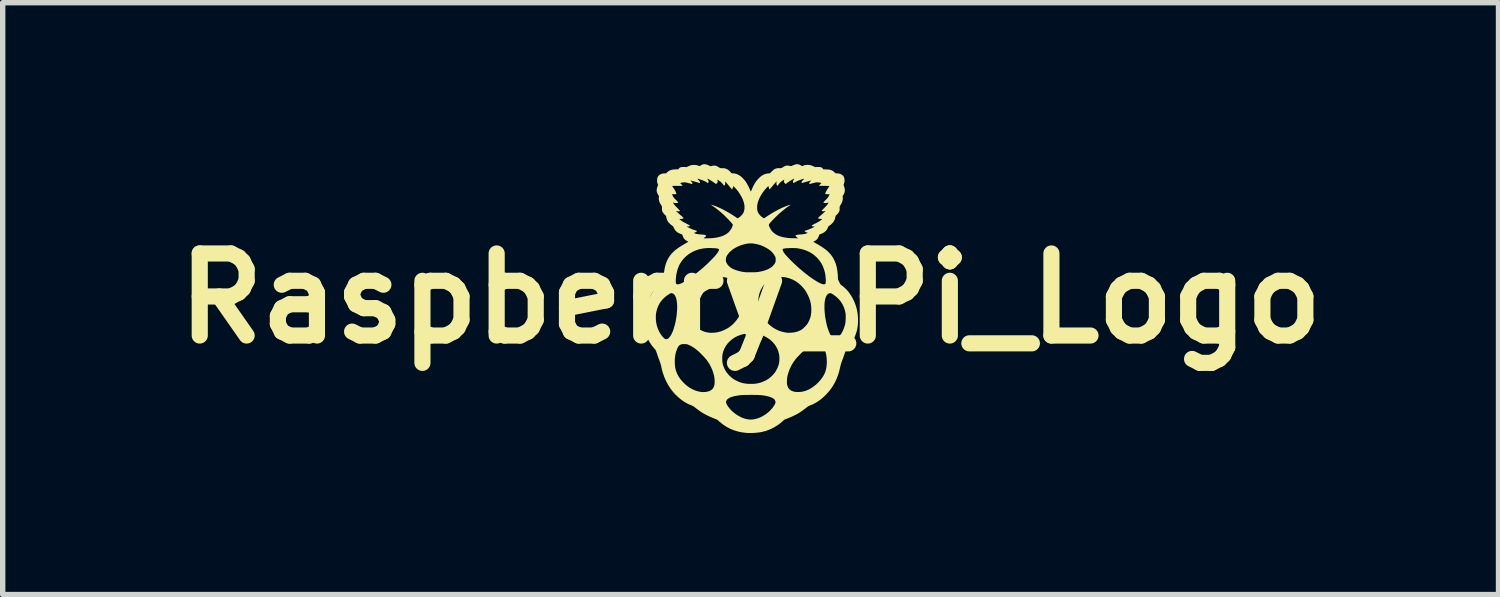
<source format=kicad_pcb>
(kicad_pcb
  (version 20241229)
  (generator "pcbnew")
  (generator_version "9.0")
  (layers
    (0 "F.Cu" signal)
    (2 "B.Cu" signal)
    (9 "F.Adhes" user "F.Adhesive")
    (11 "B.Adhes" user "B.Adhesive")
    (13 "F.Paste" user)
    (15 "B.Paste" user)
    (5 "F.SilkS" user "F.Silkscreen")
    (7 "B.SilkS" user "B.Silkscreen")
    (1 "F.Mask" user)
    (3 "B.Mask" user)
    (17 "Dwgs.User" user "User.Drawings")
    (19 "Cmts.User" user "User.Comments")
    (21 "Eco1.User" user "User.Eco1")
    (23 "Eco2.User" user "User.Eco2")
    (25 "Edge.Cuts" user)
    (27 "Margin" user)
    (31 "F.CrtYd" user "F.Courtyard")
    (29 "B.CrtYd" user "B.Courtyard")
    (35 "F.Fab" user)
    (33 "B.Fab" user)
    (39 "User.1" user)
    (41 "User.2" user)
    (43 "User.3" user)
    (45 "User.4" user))
  (footprint "Raspberry_Pi_Logo"
    (layer "F.Cu")
    (at 10.893 2.493)
    (property "Reference" "Raspberry_Pi_Logo" (at 0 0 0) (layer "F.SilkS") (effects (font (size 1.524 1.524) (thickness 0.3))))
    (attr board_only exclude_from_pos_files exclude_from_bom)
    (fp_poly (pts (xy 0.885 -2.491) (xy 0.905 -2.485) (xy 0.928 -2.474) (xy 0.931 -2.471) (xy 0.944 -2.464) (xy 0.953 -2.46) (xy 0.959 -2.458) (xy 0.965 -2.46) (xy 0.968 -2.461) (xy 0.992 -2.47) (xy 1.012 -2.476) (xy 1.031 -2.479) (xy 1.051 -2.48) (xy 1.06 -2.481) (xy 1.093 -2.478) (xy 1.123 -2.472) (xy 1.154 -2.46) (xy 1.174 -2.45) (xy 1.188 -2.443) (xy 1.198 -2.439) (xy 1.206 -2.438) (xy 1.214 -2.439) (xy 1.217 -2.439) (xy 1.229 -2.441) (xy 1.245 -2.441) (xy 1.263 -2.442) (xy 1.268 -2.441) (xy 1.293 -2.439) (xy 1.312 -2.435) (xy 1.326 -2.427) (xy 1.338 -2.415) (xy 1.341 -2.412) (xy 1.35 -2.398) (xy 1.407 -2.396) (xy 1.442 -2.394) (xy 1.472 -2.39) (xy 1.497 -2.383) (xy 1.518 -2.373) (xy 1.538 -2.36) (xy 1.555 -2.345) (xy 1.577 -2.323) (xy 1.614 -2.322) (xy 1.633 -2.32) (xy 1.648 -2.318) (xy 1.66 -2.315) (xy 1.673 -2.309) (xy 1.675 -2.308) (xy 1.701 -2.293) (xy 1.721 -2.275) (xy 1.734 -2.253) (xy 1.742 -2.226) (xy 1.745 -2.2) (xy 1.745 -2.182) (xy 1.744 -2.167) (xy 1.741 -2.153) (xy 1.736 -2.137) (xy 1.727 -2.108) (xy 1.739 -2.072) (xy 1.748 -2.037) (xy 1.751 -2.005) (xy 1.747 -1.975) (xy 1.737 -1.945) (xy 1.721 -1.917) (xy 1.714 -1.907) (xy 1.71 -1.899) (xy 1.71 -1.891) (xy 1.711 -1.879) (xy 1.712 -1.875) (xy 1.713 -1.848) (xy 1.708 -1.818) (xy 1.698 -1.786) (xy 1.682 -1.753) (xy 1.666 -1.727) (xy 1.661 -1.719) (xy 1.657 -1.712) (xy 1.655 -1.704) (xy 1.654 -1.694) (xy 1.654 -1.678) (xy 1.654 -1.671) (xy 1.654 -1.652) (xy 1.653 -1.639) (xy 1.651 -1.629) (xy 1.648 -1.619) (xy 1.642 -1.608) (xy 1.642 -1.607) (xy 1.628 -1.584) (xy 1.608 -1.561) (xy 1.603 -1.557) (xy 1.591 -1.545) (xy 1.583 -1.536) (xy 1.579 -1.529) (xy 1.576 -1.521) (xy 1.574 -1.51) (xy 1.573 -1.504) (xy 1.565 -1.47) (xy 1.549 -1.437) (xy 1.527 -1.406) (xy 1.499 -1.378) (xy 1.468 -1.354) (xy 1.456 -1.346) (xy 1.447 -1.339) (xy 1.442 -1.334) (xy 1.442 -1.333) (xy 1.441 -1.328) (xy 1.437 -1.318) (xy 1.431 -1.305) (xy 1.429 -1.302) (xy 1.414 -1.274) (xy 1.394 -1.25) (xy 1.37 -1.23) (xy 1.34 -1.212) (xy 1.31 -1.199) (xy 1.276 -1.185) (xy 1.27 -1.165) (xy 1.256 -1.131) (xy 1.238 -1.103) (xy 1.215 -1.081) (xy 1.188 -1.064) (xy 1.185 -1.063) (xy 1.174 -1.058) (xy 1.167 -1.054) (xy 1.165 -1.052) (xy 1.168 -1.05) (xy 1.177 -1.044) (xy 1.189 -1.037) (xy 1.205 -1.028) (xy 1.211 -1.024) (xy 1.26 -0.996) (xy 1.303 -0.97) (xy 1.34 -0.946) (xy 1.373 -0.923) (xy 1.403 -0.9) (xy 1.429 -0.878) (xy 1.453 -0.854) (xy 1.453 -0.854) (xy 1.493 -0.81) (xy 1.527 -0.762) (xy 1.555 -0.709) (xy 1.579 -0.652) (xy 1.597 -0.591) (xy 1.61 -0.524) (xy 1.618 -0.452) (xy 1.621 -0.41) (xy 1.623 -0.354) (xy 1.646 -0.305) (xy 1.655 -0.286) (xy 1.662 -0.272) (xy 1.668 -0.263) (xy 1.674 -0.256) (xy 1.68 -0.25) (xy 1.689 -0.244) (xy 1.694 -0.24) (xy 1.713 -0.227) (xy 1.734 -0.209) (xy 1.756 -0.188) (xy 1.779 -0.167) (xy 1.799 -0.145) (xy 1.814 -0.128) (xy 1.853 -0.073) (xy 1.89 -0.013) (xy 1.922 0.052) (xy 1.949 0.12) (xy 1.965 0.17) (xy 1.977 0.219) (xy 1.986 0.268) (xy 1.992 0.317) (xy 1.995 0.372) (xy 1.995 0.38) (xy 1.996 0.435) (xy 1.993 0.484) (xy 1.988 0.53) (xy 1.98 0.574) (xy 1.968 0.62) (xy 1.957 0.654) (xy 1.936 0.712) (xy 1.91 0.767) (xy 1.88 0.819) (xy 1.845 0.87) (xy 1.803 0.922) (xy 1.796 0.93) (xy 1.784 0.944) (xy 1.776 0.954) (xy 1.77 0.964) (xy 1.765 0.975) (xy 1.759 0.989) (xy 1.753 1.008) (xy 1.752 1.01) (xy 1.746 1.029) (xy 1.738 1.052) (xy 1.729 1.079) (xy 1.719 1.107) (xy 1.709 1.133) (xy 1.707 1.137) (xy 1.694 1.172) (xy 1.684 1.202) (xy 1.676 1.228) (xy 1.669 1.254) (xy 1.666 1.268) (xy 1.646 1.352) (xy 1.622 1.431) (xy 1.593 1.504) (xy 1.559 1.574) (xy 1.52 1.64) (xy 1.503 1.665) (xy 1.462 1.719) (xy 1.418 1.77) (xy 1.37 1.818) (xy 1.32 1.863) (xy 1.267 1.902) (xy 1.215 1.936) (xy 1.162 1.965) (xy 1.109 1.986) (xy 1.107 1.987) (xy 1.089 1.995) (xy 1.071 2.004) (xy 1.058 2.012) (xy 1.023 2.04) (xy 0.992 2.063) (xy 0.965 2.083) (xy 0.941 2.1) (xy 0.92 2.114) (xy 0.899 2.127) (xy 0.878 2.14) (xy 0.857 2.152) (xy 0.833 2.164) (xy 0.82 2.17) (xy 0.803 2.179) (xy 0.782 2.189) (xy 0.76 2.199) (xy 0.736 2.209) (xy 0.712 2.219) (xy 0.69 2.228) (xy 0.67 2.236) (xy 0.654 2.242) (xy 0.643 2.246) (xy 0.637 2.247) (xy 0.632 2.25) (xy 0.624 2.256) (xy 0.613 2.265) (xy 0.611 2.267) (xy 0.553 2.318) (xy 0.49 2.363) (xy 0.424 2.402) (xy 0.356 2.435) (xy 0.286 2.461) (xy 0.217 2.479) (xy 0.174 2.487) (xy 0.126 2.493) (xy 0.075 2.498) (xy 0.025 2.5) (xy -0.024 2.501) (xy -0.069 2.499) (xy -0.081 2.498) (xy -0.162 2.488) (xy -0.239 2.472) (xy -0.312 2.449) (xy -0.382 2.42) (xy -0.449 2.385) (xy -0.513 2.342) (xy -0.575 2.293) (xy -0.602 2.269) (xy -0.613 2.259) (xy -0.623 2.252) (xy -0.629 2.248) (xy -0.63 2.247) (xy -0.636 2.246) (xy -0.648 2.242) (xy -0.665 2.236) (xy -0.685 2.227) (xy -0.707 2.218) (xy -0.73 2.208) (xy -0.754 2.198) (xy -0.776 2.188) (xy -0.797 2.178) (xy -0.813 2.17) (xy -0.838 2.157) (xy -0.861 2.145) (xy -0.883 2.133) (xy -0.904 2.119) (xy -0.926 2.105) (xy -0.95 2.088) (xy -0.976 2.069) (xy -1.006 2.047) (xy -1.04 2.02) (xy -1.051 2.012) (xy -1.065 2.003) (xy -1.083 1.994) (xy -1.099 1.987) (xy -1.148 1.967) (xy -1.199 1.941) (xy -1.214 1.931) (xy -0.456 1.931) (xy -0.452 1.948) (xy -0.443 1.968) (xy -0.419 2.008) (xy -0.388 2.048) (xy -0.352 2.087) (xy -0.312 2.122) (xy -0.268 2.155) (xy -0.221 2.184) (xy -0.174 2.209) (xy -0.126 2.228) (xy -0.079 2.241) (xy -0.064 2.244) (xy -0.049 2.246) (xy -0.037 2.248) (xy -0.03 2.249) (xy -0.03 2.249) (xy -0.019 2.25) (xy -0.002 2.251) (xy 0.016 2.25) (xy 0.035 2.249) (xy 0.051 2.247) (xy 0.107 2.236) (xy 0.163 2.217) (xy 0.218 2.191) (xy 0.272 2.158) (xy 0.297 2.14) (xy 0.326 2.117) (xy 0.355 2.091) (xy 0.381 2.063) (xy 0.406 2.035) (xy 0.426 2.007) (xy 0.443 1.981) (xy 0.456 1.957) (xy 0.462 1.936) (xy 0.463 1.933) (xy 0.462 1.917) (xy 0.456 1.899) (xy 0.446 1.881) (xy 0.433 1.867) (xy 0.432 1.867) (xy 0.407 1.85) (xy 0.375 1.836) (xy 0.337 1.823) (xy 0.292 1.812) (xy 0.24 1.803) (xy 0.191 1.797) (xy 0.17 1.796) (xy 0.143 1.794) (xy 0.109 1.793) (xy 0.068 1.793) (xy 0.022 1.792) (xy 0.004 1.792) (xy -0.044 1.793) (xy -0.087 1.793) (xy -0.123 1.794) (xy -0.154 1.795) (xy -0.177 1.797) (xy -0.184 1.797) (xy -0.241 1.805) (xy -0.292 1.814) (xy -0.336 1.825) (xy -0.372 1.837) (xy -0.402 1.852) (xy -0.425 1.868) (xy -0.442 1.886) (xy -0.449 1.898) (xy -0.455 1.915) (xy -0.456 1.931) (xy -1.214 1.931) (xy -1.25 1.909) (xy -1.3 1.872) (xy -1.349 1.831) (xy -1.396 1.786) (xy -1.439 1.739) (xy -1.443 1.734) (xy -1.49 1.673) (xy -1.532 1.607) (xy -1.57 1.536) (xy -1.603 1.461) (xy -1.63 1.383) (xy -1.652 1.304) (xy -1.661 1.257) (xy -1.665 1.241) (xy -1.671 1.22) (xy -1.678 1.197) (xy -1.686 1.176) (xy -1.409 1.176) (xy -1.406 1.238) (xy -1.399 1.295) (xy -1.385 1.349) (xy -1.365 1.399) (xy -1.339 1.448) (xy -1.307 1.496) (xy -1.267 1.543) (xy -1.255 1.556) (xy -1.239 1.572) (xy -1.221 1.589) (xy -1.205 1.604) (xy -1.192 1.616) (xy -1.189 1.618) (xy -1.139 1.655) (xy -1.085 1.686) (xy -1.029 1.711) (xy -0.972 1.728) (xy -0.915 1.739) (xy -0.908 1.739) (xy -0.89 1.74) (xy -0.866 1.739) (xy -0.841 1.738) (xy -0.817 1.735) (xy -0.797 1.731) (xy -0.795 1.73) (xy -0.76 1.719) (xy -0.732 1.703) (xy -0.709 1.684) (xy -0.691 1.659) (xy -0.678 1.63) (xy -0.67 1.595) (xy -0.667 1.554) (xy -0.667 1.543) (xy -0.67 1.49) (xy -0.679 1.434) (xy -0.695 1.377) (xy -0.715 1.32) (xy -0.741 1.264) (xy -0.77 1.21) (xy -0.805 1.159) (xy -0.823 1.135) (xy -0.837 1.119) (xy -0.846 1.108) (xy -0.527 1.108) (xy -0.526 1.141) (xy -0.525 1.172) (xy -0.521 1.2) (xy -0.518 1.219) (xy -0.5 1.274) (xy -0.476 1.326) (xy -0.445 1.375) (xy -0.409 1.419) (xy -0.367 1.46) (xy -0.321 1.496) (xy -0.269 1.526) (xy -0.213 1.552) (xy -0.189 1.56) (xy -0.155 1.571) (xy -0.122 1.578) (xy -0.088 1.583) (xy -0.051 1.587) (xy -0.009 1.588) (xy 0.001 1.588) (xy 0.031 1.588) (xy 0.057 1.587) (xy 0.078 1.586) (xy 0.099 1.583) (xy 0.114 1.581) (xy 0.176 1.567) (xy 0.218 1.552) (xy 0.675 1.552) (xy 0.675 1.572) (xy 0.676 1.587) (xy 0.678 1.601) (xy 0.68 1.608) (xy 0.688 1.635) (xy 0.7 1.66) (xy 0.713 1.68) (xy 0.723 1.691) (xy 0.749 1.71) (xy 0.78 1.724) (xy 0.816 1.734) (xy 0.856 1.739) (xy 0.899 1.739) (xy 0.944 1.735) (xy 0.964 1.732) (xy 1.016 1.719) (xy 1.068 1.698) (xy 1.12 1.671) (xy 1.17 1.637) (xy 1.219 1.598) (xy 1.259 1.559) (xy 1.3 1.513) (xy 1.334 1.468) (xy 1.362 1.422) (xy 1.384 1.375) (xy 1.399 1.325) (xy 1.41 1.272) (xy 1.415 1.215) (xy 1.416 1.174) (xy 1.413 1.107) (xy 1.404 1.043) (xy 1.389 0.983) (xy 1.373 0.941) (xy 1.362 0.916) (xy 1.352 0.897) (xy 1.341 0.882) (xy 1.33 0.872) (xy 1.317 0.863) (xy 1.315 0.862) (xy 1.286 0.85) (xy 1.253 0.846) (xy 1.218 0.847) (xy 1.18 0.856) (xy 1.14 0.871) (xy 1.098 0.893) (xy 1.054 0.921) (xy 1.008 0.956) (xy 0.993 0.968) (xy 0.977 0.982) (xy 0.957 1.001) (xy 0.935 1.023) (xy 0.912 1.046) (xy 0.889 1.07) (xy 0.868 1.092) (xy 0.849 1.113) (xy 0.835 1.129) (xy 0.835 1.13) (xy 0.793 1.187) (xy 0.756 1.25) (xy 0.725 1.316) (xy 0.7 1.386) (xy 0.69 1.42) (xy 0.685 1.442) (xy 0.681 1.461) (xy 0.678 1.479) (xy 0.677 1.498) (xy 0.675 1.522) (xy 0.675 1.526) (xy 0.675 1.552) (xy 0.218 1.552) (xy 0.234 1.546) (xy 0.289 1.52) (xy 0.34 1.488) (xy 0.386 1.45) (xy 0.427 1.407) (xy 0.454 1.374) (xy 0.471 1.346) (xy 0.488 1.315) (xy 0.504 1.281) (xy 0.516 1.248) (xy 0.523 1.227) (xy 0.53 1.193) (xy 0.534 1.156) (xy 0.535 1.116) (xy 0.534 1.078) (xy 0.53 1.045) (xy 0.517 0.99) (xy 0.497 0.938) (xy 0.471 0.889) (xy 0.439 0.844) (xy 0.402 0.803) (xy 0.36 0.765) (xy 0.313 0.733) (xy 0.262 0.705) (xy 0.208 0.682) (xy 0.15 0.665) (xy 0.089 0.654) (xy 0.026 0.648) (xy 0.004 0.648) (xy -0.06 0.651) (xy -0.122 0.661) (xy -0.181 0.676) (xy -0.237 0.697) (xy -0.29 0.723) (xy -0.338 0.755) (xy -0.382 0.791) (xy -0.421 0.831) (xy -0.455 0.876) (xy -0.483 0.924) (xy -0.505 0.976) (xy -0.519 1.024) (xy -0.523 1.048) (xy -0.526 1.076) (xy -0.527 1.108) (xy -0.846 1.108) (xy -0.855 1.099) (xy -0.875 1.076) (xy -0.898 1.053) (xy -0.921 1.029) (xy -0.943 1.007) (xy -0.963 0.988) (xy -0.981 0.972) (xy -0.989 0.965) (xy -1.03 0.933) (xy -1.072 0.904) (xy -1.113 0.881) (xy -1.151 0.863) (xy -1.167 0.857) (xy -1.181 0.853) (xy -1.194 0.85) (xy -1.209 0.849) (xy -1.228 0.848) (xy -1.236 0.848) (xy -1.255 0.849) (xy -1.269 0.849) (xy -1.279 0.851) (xy -1.288 0.853) (xy -1.298 0.858) (xy -1.304 0.861) (xy -1.318 0.868) (xy -1.329 0.878) (xy -1.339 0.889) (xy -1.349 0.905) (xy -1.359 0.926) (xy -1.365 0.939) (xy -1.384 0.991) (xy -1.398 1.047) (xy -1.406 1.107) (xy -1.409 1.172) (xy -1.409 1.176) (xy -1.686 1.176) (xy -1.686 1.175) (xy -1.688 1.169) (xy -1.696 1.147) (xy -1.706 1.121) (xy -1.716 1.093) (xy -1.726 1.064) (xy -1.735 1.038) (xy -1.744 1.012) (xy -1.751 0.993) (xy -1.757 0.978) (xy -1.761 0.967) (xy -1.766 0.959) (xy -1.771 0.951) (xy -1.777 0.944) (xy -1.784 0.936) (xy -1.828 0.884) (xy -1.868 0.826) (xy -1.904 0.765) (xy -1.933 0.702) (xy -1.938 0.689) (xy -1.96 0.624) (xy -1.976 0.555) (xy -1.986 0.484) (xy -1.989 0.41) (xy -1.986 0.338) (xy -1.76 0.338) (xy -1.76 0.376) (xy -1.758 0.413) (xy -1.754 0.447) (xy -1.753 0.454) (xy -1.74 0.511) (xy -1.722 0.565) (xy -1.699 0.616) (xy -1.671 0.664) (xy -1.64 0.706) (xy -1.613 0.733) (xy -1.602 0.744) (xy -1.593 0.751) (xy -1.586 0.755) (xy -1.579 0.756) (xy -1.57 0.757) (xy -1.556 0.756) (xy -1.544 0.753) (xy -1.54 0.751) (xy -1.532 0.746) (xy -1.522 0.737) (xy -1.511 0.726) (xy -1.509 0.724) (xy -1.49 0.699) (xy -1.471 0.667) (xy -1.453 0.63) (xy -1.436 0.587) (xy -1.421 0.54) (xy -1.407 0.489) (xy -1.394 0.436) (xy -1.384 0.38) (xy -1.375 0.322) (xy -1.369 0.264) (xy -1.367 0.236) (xy -1.122 0.236) (xy -1.115 0.296) (xy -1.107 0.334) (xy -1.09 0.389) (xy -1.068 0.439) (xy -1.04 0.484) (xy -1.008 0.524) (xy -0.971 0.558) (xy -0.93 0.587) (xy -0.884 0.609) (xy -0.856 0.619) (xy -0.841 0.624) (xy -0.826 0.627) (xy -0.809 0.631) (xy -0.788 0.634) (xy -0.761 0.638) (xy -0.759 0.638) (xy -0.744 0.639) (xy -0.725 0.639) (xy -0.701 0.638) (xy -0.677 0.637) (xy -0.652 0.634) (xy -0.631 0.631) (xy -0.617 0.629) (xy -0.554 0.613) (xy -0.495 0.59) (xy -0.438 0.561) (xy -0.404 0.54) (xy -0.353 0.502) (xy -0.306 0.457) (xy -0.264 0.408) (xy -0.227 0.355) (xy -0.195 0.299) (xy -0.169 0.24) (xy -0.15 0.179) (xy -0.145 0.16) (xy -0.141 0.134) (xy -0.138 0.103) (xy -0.137 0.07) (xy -0.137 0.058) (xy 0.143 0.058) (xy 0.147 0.118) (xy 0.157 0.177) (xy 0.175 0.235) (xy 0.199 0.292) (xy 0.201 0.298) (xy 0.235 0.357) (xy 0.274 0.412) (xy 0.318 0.461) (xy 0.366 0.505) (xy 0.418 0.544) (xy 0.473 0.576) (xy 0.532 0.603) (xy 0.594 0.622) (xy 0.657 0.635) (xy 0.669 0.636) (xy 0.698 0.639) (xy 0.732 0.638) (xy 0.768 0.636) (xy 0.802 0.632) (xy 0.822 0.629) (xy 0.871 0.616) (xy 0.917 0.597) (xy 0.94 0.585) (xy 0.955 0.575) (xy 0.973 0.561) (xy 0.992 0.543) (xy 1.011 0.524) (xy 1.029 0.505) (xy 1.044 0.488) (xy 1.054 0.475) (xy 1.082 0.426) (xy 1.103 0.375) (xy 1.118 0.322) (xy 1.126 0.266) (xy 1.128 0.21) (xy 1.127 0.182) (xy 1.372 0.182) (xy 1.372 0.197) (xy 1.376 0.254) (xy 1.381 0.312) (xy 1.39 0.37) (xy 1.4 0.426) (xy 1.412 0.48) (xy 1.425 0.531) (xy 1.441 0.579) (xy 1.457 0.622) (xy 1.475 0.661) (xy 1.493 0.693) (xy 1.512 0.719) (xy 1.515 0.722) (xy 1.53 0.737) (xy 1.543 0.748) (xy 1.555 0.754) (xy 1.568 0.756) (xy 1.576 0.757) (xy 1.586 0.756) (xy 1.593 0.755) (xy 1.6 0.751) (xy 1.609 0.745) (xy 1.621 0.734) (xy 1.621 0.733) (xy 1.656 0.695) (xy 1.687 0.651) (xy 1.714 0.602) (xy 1.736 0.548) (xy 1.753 0.491) (xy 1.757 0.475) (xy 1.761 0.452) (xy 1.764 0.424) (xy 1.766 0.392) (xy 1.767 0.36) (xy 1.767 0.329) (xy 1.766 0.302) (xy 1.765 0.284) (xy 1.752 0.223) (xy 1.733 0.165) (xy 1.708 0.111) (xy 1.676 0.06) (xy 1.638 0.014) (xy 1.594 -0.028) (xy 1.545 -0.065) (xy 1.518 -0.082) (xy 1.504 -0.09) (xy 1.494 -0.095) (xy 1.485 -0.097) (xy 1.476 -0.097) (xy 1.472 -0.097) (xy 1.451 -0.091) (xy 1.432 -0.078) (xy 1.415 -0.059) (xy 1.401 -0.033) (xy 1.39 -0.002) (xy 1.381 0.036) (xy 1.375 0.079) (xy 1.372 0.128) (xy 1.372 0.182) (xy 1.127 0.182) (xy 1.126 0.151) (xy 1.118 0.095) (xy 1.105 0.04) (xy 1.085 -0.015) (xy 1.063 -0.064) (xy 1.041 -0.106) (xy 1.018 -0.144) (xy 0.993 -0.178) (xy 0.963 -0.212) (xy 0.944 -0.232) (xy 0.896 -0.277) (xy 0.846 -0.313) (xy 0.793 -0.344) (xy 0.738 -0.367) (xy 0.68 -0.385) (xy 0.655 -0.39) (xy 0.619 -0.395) (xy 0.58 -0.397) (xy 0.539 -0.396) (xy 0.5 -0.393) (xy 0.465 -0.387) (xy 0.456 -0.385) (xy 0.41 -0.369) (xy 0.364 -0.348) (xy 0.328 -0.326) (xy 0.308 -0.311) (xy 0.286 -0.291) (xy 0.264 -0.269) (xy 0.244 -0.247) (xy 0.228 -0.226) (xy 0.223 -0.219) (xy 0.194 -0.168) (xy 0.171 -0.115) (xy 0.155 -0.059) (xy 0.146 -0.001) (xy 0.143 0.058) (xy -0.137 0.058) (xy -0.137 0.036) (xy -0.138 0.004) (xy -0.141 -0.024) (xy -0.144 -0.041) (xy -0.158 -0.097) (xy -0.177 -0.147) (xy -0.2 -0.193) (xy -0.228 -0.236) (xy -0.262 -0.275) (xy -0.303 -0.312) (xy -0.347 -0.343) (xy -0.395 -0.367) (xy -0.447 -0.384) (xy -0.449 -0.385) (xy -0.48 -0.391) (xy -0.516 -0.395) (xy -0.555 -0.397) (xy -0.593 -0.396) (xy -0.628 -0.393) (xy -0.637 -0.391) (xy -0.697 -0.378) (xy -0.755 -0.357) (xy -0.81 -0.33) (xy -0.863 -0.296) (xy -0.912 -0.257) (xy -0.957 -0.212) (xy -0.997 -0.162) (xy -1.033 -0.108) (xy -1.051 -0.073) (xy -1.079 -0.012) (xy -1.099 0.05) (xy -1.114 0.113) (xy -1.121 0.175) (xy -1.122 0.236) (xy -1.367 0.236) (xy -1.365 0.206) (xy -1.365 0.197) (xy -1.364 0.141) (xy -1.367 0.091) (xy -1.372 0.047) (xy -1.38 0.007) (xy -1.391 -0.026) (xy -1.404 -0.053) (xy -1.42 -0.074) (xy -1.438 -0.088) (xy -1.459 -0.096) (xy -1.464 -0.097) (xy -1.474 -0.097) (xy -1.483 -0.096) (xy -1.492 -0.093) (xy -1.504 -0.086) (xy -1.51 -0.082) (xy -1.563 -0.047) (xy -1.61 -0.007) (xy -1.651 0.037) (xy -1.686 0.085) (xy -1.714 0.137) (xy -1.736 0.193) (xy -1.752 0.253) (xy -1.755 0.272) (xy -1.759 0.303) (xy -1.76 0.338) (xy -1.986 0.338) (xy -1.986 0.336) (xy -1.977 0.262) (xy -1.968 0.214) (xy -1.949 0.144) (xy -1.925 0.076) (xy -1.895 0.011) (xy -1.861 -0.05) (xy -1.822 -0.107) (xy -1.779 -0.158) (xy -1.747 -0.19) (xy -1.731 -0.205) (xy -1.714 -0.219) (xy -1.697 -0.232) (xy -1.688 -0.239) (xy -1.662 -0.257) (xy -1.639 -0.305) (xy -1.632 -0.32) (xy -1.39 -0.32) (xy -1.389 -0.302) (xy -1.389 -0.29) (xy -1.387 -0.281) (xy -1.384 -0.275) (xy -1.382 -0.272) (xy -1.371 -0.264) (xy -1.356 -0.261) (xy -1.336 -0.263) (xy -1.311 -0.27) (xy -1.303 -0.273) (xy -1.276 -0.285) (xy -1.244 -0.302) (xy -1.208 -0.324) (xy -1.168 -0.349) (xy -1.125 -0.379) (xy -1.079 -0.412) (xy -1.032 -0.448) (xy -0.983 -0.487) (xy -0.933 -0.528) (xy -0.882 -0.571) (xy -0.86 -0.591) (xy -0.839 -0.61) (xy -0.815 -0.632) (xy -0.79 -0.656) (xy -0.765 -0.681) (xy -0.739 -0.707) (xy -0.727 -0.719) (xy -0.459 -0.719) (xy -0.459 -0.702) (xy -0.458 -0.689) (xy -0.455 -0.679) (xy -0.451 -0.668) (xy -0.445 -0.655) (xy -0.43 -0.632) (xy -0.411 -0.608) (xy -0.387 -0.586) (xy -0.362 -0.567) (xy -0.355 -0.562) (xy -0.316 -0.542) (xy -0.27 -0.524) (xy -0.221 -0.509) (xy -0.169 -0.497) (xy -0.152 -0.494) (xy -0.132 -0.491) (xy -0.116 -0.489) (xy -0.102 -0.487) (xy -0.089 -0.486) (xy -0.075 -0.485) (xy -0.058 -0.485) (xy -0.039 -0.485) (xy -0.015 -0.485) (xy 0.015 -0.485) (xy 0.019 -0.485) (xy 0.052 -0.486) (xy 0.08 -0.486) (xy 0.102 -0.487) (xy 0.122 -0.489) (xy 0.139 -0.491) (xy 0.156 -0.493) (xy 0.159 -0.494) (xy 0.218 -0.506) (xy 0.271 -0.522) (xy 0.318 -0.54) (xy 0.359 -0.562) (xy 0.395 -0.586) (xy 0.423 -0.613) (xy 0.445 -0.642) (xy 0.452 -0.655) (xy 0.459 -0.669) (xy 0.463 -0.68) (xy 0.465 -0.69) (xy 0.466 -0.703) (xy 0.466 -0.719) (xy 0.466 -0.736) (xy 0.465 -0.749) (xy 0.463 -0.759) (xy 0.459 -0.77) (xy 0.452 -0.785) (xy 0.451 -0.787) (xy 0.428 -0.824) (xy 0.399 -0.859) (xy 0.363 -0.892) (xy 0.343 -0.906) (xy 0.595 -0.906) (xy 0.597 -0.894) (xy 0.597 -0.893) (xy 0.604 -0.876) (xy 0.616 -0.856) (xy 0.631 -0.833) (xy 0.652 -0.807) (xy 0.678 -0.778) (xy 0.71 -0.744) (xy 0.747 -0.706) (xy 0.747 -0.706) (xy 0.793 -0.661) (xy 0.841 -0.616) (xy 0.889 -0.572) (xy 0.938 -0.53) (xy 0.986 -0.49) (xy 1.034 -0.452) (xy 1.08 -0.416) (xy 1.125 -0.384) (xy 1.168 -0.354) (xy 1.209 -0.328) (xy 1.246 -0.305) (xy 1.281 -0.287) (xy 1.311 -0.273) (xy 1.337 -0.265) (xy 1.352 -0.261) (xy 1.37 -0.262) (xy 1.384 -0.267) (xy 1.389 -0.27) (xy 1.393 -0.279) (xy 1.395 -0.294) (xy 1.397 -0.314) (xy 1.397 -0.339) (xy 1.396 -0.366) (xy 1.393 -0.396) (xy 1.39 -0.426) (xy 1.385 -0.456) (xy 1.382 -0.474) (xy 1.365 -0.537) (xy 1.343 -0.595) (xy 1.316 -0.65) (xy 1.281 -0.701) (xy 1.241 -0.748) (xy 1.229 -0.761) (xy 1.181 -0.804) (xy 1.129 -0.841) (xy 1.072 -0.872) (xy 1.012 -0.897) (xy 0.947 -0.916) (xy 0.877 -0.93) (xy 0.85 -0.933) (xy 0.83 -0.935) (xy 0.804 -0.935) (xy 0.775 -0.936) (xy 0.743 -0.935) (xy 0.712 -0.934) (xy 0.682 -0.933) (xy 0.656 -0.931) (xy 0.636 -0.928) (xy 0.632 -0.928) (xy 0.613 -0.924) (xy 0.602 -0.92) (xy 0.596 -0.914) (xy 0.595 -0.906) (xy 0.343 -0.906) (xy 0.32 -0.922) (xy 0.272 -0.95) (xy 0.264 -0.954) (xy 0.235 -0.968) (xy 0.209 -0.979) (xy 0.183 -0.989) (xy 0.153 -0.998) (xy 0.137 -1.002) (xy 0.093 -1.012) (xy 0.055 -1.019) (xy 0.019 -1.022) (xy -0.016 -1.022) (xy -0.052 -1.019) (xy -0.091 -1.012) (xy -0.134 -1.001) (xy -0.135 -1.001) (xy -0.186 -0.985) (xy -0.235 -0.965) (xy -0.281 -0.941) (xy -0.324 -0.915) (xy -0.362 -0.885) (xy -0.395 -0.854) (xy -0.422 -0.822) (xy -0.442 -0.789) (xy -0.443 -0.788) (xy -0.45 -0.772) (xy -0.455 -0.761) (xy -0.458 -0.75) (xy -0.459 -0.738) (xy -0.459 -0.722) (xy -0.459 -0.719) (xy -0.727 -0.719) (xy -0.714 -0.732) (xy -0.691 -0.755) (xy -0.672 -0.777) (xy -0.655 -0.794) (xy -0.645 -0.807) (xy -0.622 -0.837) (xy -0.605 -0.862) (xy -0.593 -0.884) (xy -0.588 -0.9) (xy -0.588 -0.912) (xy -0.59 -0.916) (xy -0.597 -0.921) (xy -0.612 -0.925) (xy -0.634 -0.929) (xy -0.664 -0.932) (xy -0.7 -0.934) (xy -0.729 -0.935) (xy -0.783 -0.936) (xy -0.832 -0.933) (xy -0.877 -0.928) (xy -0.922 -0.92) (xy -0.967 -0.909) (xy -0.989 -0.902) (xy -1.049 -0.879) (xy -1.105 -0.85) (xy -1.158 -0.816) (xy -1.206 -0.776) (xy -1.25 -0.731) (xy -1.288 -0.682) (xy -1.32 -0.629) (xy -1.328 -0.612) (xy -1.351 -0.555) (xy -1.369 -0.494) (xy -1.382 -0.43) (xy -1.389 -0.362) (xy -1.39 -0.32) (xy -1.632 -0.32) (xy -1.616 -0.354) (xy -1.613 -0.41) (xy -1.608 -0.486) (xy -1.597 -0.556) (xy -1.581 -0.621) (xy -1.56 -0.682) (xy -1.534 -0.737) (xy -1.502 -0.788) (xy -1.464 -0.835) (xy -1.421 -0.878) (xy -1.405 -0.892) (xy -1.376 -0.915) (xy -1.344 -0.938) (xy -1.308 -0.962) (xy -1.267 -0.987) (xy -1.222 -1.013) (xy -1.202 -1.025) (xy -1.185 -1.035) (xy -1.171 -1.043) (xy -1.162 -1.049) (xy -1.158 -1.052) (xy -1.158 -1.052) (xy -1.161 -1.055) (xy -1.169 -1.06) (xy -1.18 -1.066) (xy -1.208 -1.082) (xy -1.23 -1.103) (xy -1.248 -1.129) (xy -1.261 -1.16) (xy -1.262 -1.165) (xy -1.269 -1.185) (xy -1.302 -1.199) (xy -1.333 -1.212) (xy -1.358 -1.226) (xy -1.378 -1.242) (xy -1.391 -1.255) (xy -1.4 -1.266) (xy -1.409 -1.279) (xy -1.418 -1.295) (xy -1.426 -1.31) (xy -1.432 -1.323) (xy -1.435 -1.332) (xy -1.435 -1.332) (xy -1.438 -1.336) (xy -1.445 -1.343) (xy -1.457 -1.351) (xy -1.461 -1.354) (xy -1.494 -1.38) (xy -1.522 -1.409) (xy -1.544 -1.441) (xy -1.558 -1.474) (xy -1.566 -1.505) (xy -1.568 -1.52) (xy -1.571 -1.53) (xy -1.575 -1.536) (xy -1.58 -1.541) (xy -1.602 -1.561) (xy -1.621 -1.585) (xy -1.634 -1.606) (xy -1.64 -1.618) (xy -1.643 -1.628) (xy -1.645 -1.638) (xy -1.646 -1.651) (xy -1.647 -1.669) (xy -1.647 -1.671) (xy -1.647 -1.71) (xy -1.662 -1.734) (xy -1.684 -1.771) (xy -1.698 -1.805) (xy -1.705 -1.837) (xy -1.706 -1.867) (xy -1.704 -1.876) (xy -1.702 -1.889) (xy -1.702 -1.897) (xy -1.704 -1.904) (xy -1.709 -1.911) (xy -1.709 -1.911) (xy -1.723 -1.933) (xy -1.724 -1.935) (xy -1.461 -1.935) (xy -1.445 -1.903) (xy -1.439 -1.89) (xy -1.432 -1.879) (xy -1.424 -1.868) (xy -1.414 -1.857) (xy -1.401 -1.843) (xy -1.387 -1.83) (xy -1.373 -1.815) (xy -1.36 -1.802) (xy -1.351 -1.792) (xy -1.346 -1.786) (xy -1.345 -1.784) (xy -1.348 -1.778) (xy -1.357 -1.774) (xy -1.371 -1.772) (xy -1.387 -1.771) (xy -1.405 -1.773) (xy -1.422 -1.776) (xy -1.424 -1.777) (xy -1.434 -1.78) (xy -1.441 -1.781) (xy -1.442 -1.78) (xy -1.44 -1.777) (xy -1.435 -1.768) (xy -1.428 -1.757) (xy -1.425 -1.752) (xy -1.414 -1.737) (xy -1.398 -1.719) (xy -1.379 -1.698) (xy -1.359 -1.677) (xy -1.344 -1.662) (xy -1.33 -1.648) (xy -1.32 -1.637) (xy -1.314 -1.63) (xy -1.313 -1.626) (xy -1.32 -1.62) (xy -1.333 -1.617) (xy -1.35 -1.617) (xy -1.369 -1.621) (xy -1.381 -1.624) (xy -1.385 -1.626) (xy -1.385 -1.624) (xy -1.38 -1.618) (xy -1.375 -1.613) (xy -1.366 -1.604) (xy -1.352 -1.592) (xy -1.336 -1.577) (xy -1.319 -1.562) (xy -1.317 -1.56) (xy -1.299 -1.544) (xy -1.282 -1.53) (xy -1.268 -1.517) (xy -1.258 -1.507) (xy -1.252 -1.501) (xy -1.252 -1.501) (xy -1.243 -1.491) (xy -1.253 -1.485) (xy -1.265 -1.48) (xy -1.284 -1.477) (xy -1.293 -1.477) (xy -1.306 -1.476) (xy -1.317 -1.474) (xy -1.322 -1.473) (xy -1.322 -1.472) (xy -1.319 -1.469) (xy -1.311 -1.462) (xy -1.3 -1.453) (xy -1.286 -1.443) (xy -1.271 -1.433) (xy -1.257 -1.424) (xy -1.244 -1.416) (xy -1.226 -1.407) (xy -1.206 -1.396) (xy -1.185 -1.385) (xy -1.179 -1.382) (xy -1.161 -1.373) (xy -1.146 -1.364) (xy -1.135 -1.358) (xy -1.128 -1.354) (xy -1.127 -1.353) (xy -1.13 -1.348) (xy -1.135 -1.343) (xy -1.143 -1.338) (xy -1.153 -1.336) (xy -1.165 -1.336) (xy -1.177 -1.336) (xy -1.185 -1.336) (xy -1.187 -1.335) (xy -1.183 -1.333) (xy -1.175 -1.328) (xy -1.165 -1.322) (xy -1.14 -1.309) (xy -1.11 -1.295) (xy -1.077 -1.281) (xy -1.042 -1.269) (xy -1.034 -1.266) (xy -0.992 -1.252) (xy -1.008 -1.238) (xy -1.02 -1.23) (xy -1.033 -1.223) (xy -1.039 -1.221) (xy -1.054 -1.217) (xy -1.041 -1.21) (xy -1.024 -1.203) (xy -1.002 -1.197) (xy -0.975 -1.193) (xy -0.941 -1.189) (xy -0.918 -1.187) (xy -0.891 -1.185) (xy -0.87 -1.183) (xy -0.855 -1.181) (xy -0.844 -1.178) (xy -0.84 -1.176) (xy -0.831 -1.171) (xy -0.825 -1.167) (xy -0.824 -1.166) (xy -0.827 -1.16) (xy -0.834 -1.151) (xy -0.845 -1.141) (xy -0.859 -1.129) (xy -0.86 -1.128) (xy -0.875 -1.116) (xy -0.815 -1.116) (xy -0.79 -1.117) (xy -0.762 -1.117) (xy -0.736 -1.118) (xy -0.714 -1.12) (xy -0.71 -1.12) (xy -0.644 -1.128) (xy -0.585 -1.14) (xy -0.532 -1.156) (xy -0.485 -1.176) (xy -0.444 -1.2) (xy -0.409 -1.228) (xy -0.38 -1.261) (xy -0.356 -1.298) (xy -0.343 -1.325) (xy -0.336 -1.343) (xy -0.332 -1.356) (xy -0.331 -1.366) (xy -0.334 -1.375) (xy -0.34 -1.385) (xy -0.35 -1.397) (xy -0.351 -1.398) (xy -0.364 -1.414) (xy -0.382 -1.433) (xy -0.403 -1.456) (xy -0.426 -1.48) (xy -0.45 -1.504) (xy -0.475 -1.529) (xy -0.498 -1.551) (xy -0.52 -1.571) (xy -0.524 -1.575) (xy -0.569 -1.614) (xy -0.615 -1.651) (xy -0.659 -1.685) (xy -0.695 -1.71) (xy -0.711 -1.721) (xy -0.723 -1.73) (xy -0.732 -1.737) (xy -0.736 -1.741) (xy -0.736 -1.741) (xy -0.732 -1.74) (xy -0.722 -1.738) (xy -0.708 -1.733) (xy -0.69 -1.727) (xy -0.671 -1.72) (xy -0.65 -1.713) (xy -0.63 -1.705) (xy -0.612 -1.698) (xy -0.604 -1.694) (xy -0.538 -1.664) (xy -0.469 -1.628) (xy -0.397 -1.587) (xy -0.323 -1.541) (xy -0.295 -1.523) (xy -0.242 -1.487) (xy -0.223 -1.498) (xy -0.206 -1.509) (xy -0.187 -1.525) (xy -0.169 -1.543) (xy -0.152 -1.562) (xy -0.139 -1.58) (xy -0.135 -1.587) (xy -0.121 -1.624) (xy -0.114 -1.663) (xy -0.113 -1.705) (xy -0.113 -1.707) (xy 0.121 -1.707) (xy 0.121 -1.667) (xy 0.126 -1.631) (xy 0.137 -1.599) (xy 0.154 -1.57) (xy 0.176 -1.543) (xy 0.183 -1.536) (xy 0.197 -1.523) (xy 0.212 -1.511) (xy 0.224 -1.501) (xy 0.231 -1.498) (xy 0.25 -1.487) (xy 0.302 -1.523) (xy 0.376 -1.57) (xy 0.449 -1.613) (xy 0.52 -1.651) (xy 0.587 -1.684) (xy 0.611 -1.694) (xy 0.629 -1.701) (xy 0.648 -1.709) (xy 0.668 -1.717) (xy 0.689 -1.724) (xy 0.707 -1.731) (xy 0.723 -1.736) (xy 0.736 -1.739) (xy 0.743 -1.741) (xy 0.744 -1.741) (xy 0.741 -1.738) (xy 0.734 -1.733) (xy 0.722 -1.724) (xy 0.708 -1.714) (xy 0.703 -1.711) (xy 0.665 -1.684) (xy 0.624 -1.652) (xy 0.581 -1.617) (xy 0.537 -1.58) (xy 0.534 -1.577) (xy 0.515 -1.559) (xy 0.493 -1.538) (xy 0.469 -1.515) (xy 0.445 -1.491) (xy 0.421 -1.467) (xy 0.399 -1.444) (xy 0.38 -1.423) (xy 0.364 -1.406) (xy 0.358 -1.399) (xy 0.348 -1.386) (xy 0.342 -1.376) (xy 0.339 -1.367) (xy 0.34 -1.356) (xy 0.344 -1.343) (xy 0.351 -1.326) (xy 0.371 -1.286) (xy 0.397 -1.25) (xy 0.429 -1.218) (xy 0.46 -1.195) (xy 0.494 -1.175) (xy 0.532 -1.158) (xy 0.573 -1.145) (xy 0.619 -1.134) (xy 0.671 -1.126) (xy 0.728 -1.12) (xy 0.791 -1.117) (xy 0.826 -1.117) (xy 0.882 -1.116) (xy 0.871 -1.126) (xy 0.856 -1.139) (xy 0.844 -1.15) (xy 0.836 -1.159) (xy 0.832 -1.165) (xy 0.832 -1.166) (xy 0.835 -1.169) (xy 0.843 -1.174) (xy 0.847 -1.176) (xy 0.858 -1.179) (xy 0.872 -1.182) (xy 0.892 -1.185) (xy 0.918 -1.187) (xy 0.923 -1.187) (xy 0.959 -1.19) (xy 0.987 -1.194) (xy 1.011 -1.198) (xy 1.031 -1.204) (xy 1.048 -1.21) (xy 1.048 -1.211) (xy 1.066 -1.218) (xy 1.053 -1.221) (xy 1.031 -1.228) (xy 1.013 -1.24) (xy 1.009 -1.244) (xy 1 -1.253) (xy 1.046 -1.268) (xy 1.062 -1.274) (xy 1.083 -1.282) (xy 1.105 -1.291) (xy 1.128 -1.301) (xy 1.15 -1.311) (xy 1.169 -1.32) (xy 1.183 -1.328) (xy 1.191 -1.333) (xy 1.191 -1.335) (xy 1.183 -1.336) (xy 1.173 -1.336) (xy 1.159 -1.336) (xy 1.149 -1.339) (xy 1.143 -1.343) (xy 1.137 -1.349) (xy 1.135 -1.354) (xy 1.138 -1.357) (xy 1.147 -1.362) (xy 1.16 -1.37) (xy 1.177 -1.379) (xy 1.194 -1.387) (xy 1.231 -1.406) (xy 1.262 -1.424) (xy 1.288 -1.439) (xy 1.307 -1.453) (xy 1.32 -1.464) (xy 1.33 -1.475) (xy 1.3 -1.477) (xy 1.279 -1.479) (xy 1.264 -1.483) (xy 1.26 -1.485) (xy 1.25 -1.491) (xy 1.259 -1.501) (xy 1.265 -1.506) (xy 1.275 -1.516) (xy 1.288 -1.528) (xy 1.305 -1.543) (xy 1.322 -1.559) (xy 1.324 -1.56) (xy 1.342 -1.576) (xy 1.358 -1.59) (xy 1.372 -1.603) (xy 1.382 -1.612) (xy 1.388 -1.618) (xy 1.388 -1.618) (xy 1.395 -1.627) (xy 1.388 -1.624) (xy 1.376 -1.621) (xy 1.362 -1.619) (xy 1.346 -1.619) (xy 1.333 -1.62) (xy 1.325 -1.623) (xy 1.324 -1.623) (xy 1.322 -1.625) (xy 1.321 -1.628) (xy 1.323 -1.632) (xy 1.327 -1.638) (xy 1.335 -1.646) (xy 1.347 -1.658) (xy 1.364 -1.675) (xy 1.366 -1.677) (xy 1.385 -1.696) (xy 1.403 -1.716) (xy 1.418 -1.733) (xy 1.429 -1.747) (xy 1.432 -1.752) (xy 1.44 -1.764) (xy 1.446 -1.774) (xy 1.449 -1.78) (xy 1.45 -1.78) (xy 1.446 -1.78) (xy 1.438 -1.779) (xy 1.432 -1.777) (xy 1.415 -1.773) (xy 1.397 -1.771) (xy 1.381 -1.772) (xy 1.367 -1.774) (xy 1.357 -1.777) (xy 1.352 -1.783) (xy 1.352 -1.784) (xy 1.355 -1.788) (xy 1.362 -1.796) (xy 1.373 -1.807) (xy 1.386 -1.821) (xy 1.395 -1.83) (xy 1.412 -1.846) (xy 1.425 -1.86) (xy 1.434 -1.871) (xy 1.441 -1.881) (xy 1.448 -1.893) (xy 1.453 -1.903) (xy 1.468 -1.935) (xy 1.427 -1.936) (xy 1.409 -1.936) (xy 1.397 -1.937) (xy 1.39 -1.939) (xy 1.386 -1.941) (xy 1.386 -1.943) (xy 1.388 -1.953) (xy 1.394 -1.969) (xy 1.403 -1.987) (xy 1.414 -2.009) (xy 1.427 -2.03) (xy 1.434 -2.041) (xy 1.445 -2.057) (xy 1.454 -2.071) (xy 1.46 -2.081) (xy 1.464 -2.087) (xy 1.464 -2.087) (xy 1.461 -2.088) (xy 1.451 -2.089) (xy 1.436 -2.089) (xy 1.416 -2.09) (xy 1.392 -2.09) (xy 1.368 -2.09) (xy 1.341 -2.09) (xy 1.318 -2.091) (xy 1.298 -2.091) (xy 1.283 -2.092) (xy 1.273 -2.092) (xy 1.27 -2.093) (xy 1.272 -2.097) (xy 1.279 -2.104) (xy 1.288 -2.114) (xy 1.293 -2.119) (xy 1.316 -2.142) (xy 1.306 -2.146) (xy 1.287 -2.151) (xy 1.263 -2.155) (xy 1.239 -2.156) (xy 1.225 -2.155) (xy 1.212 -2.153) (xy 1.194 -2.15) (xy 1.173 -2.145) (xy 1.152 -2.139) (xy 1.15 -2.139) (xy 1.13 -2.133) (xy 1.116 -2.129) (xy 1.106 -2.127) (xy 1.1 -2.127) (xy 1.096 -2.128) (xy 1.093 -2.13) (xy 1.088 -2.136) (xy 1.087 -2.142) (xy 1.09 -2.149) (xy 1.098 -2.159) (xy 1.108 -2.169) (xy 1.118 -2.18) (xy 1.123 -2.187) (xy 1.125 -2.19) (xy 1.122 -2.19) (xy 1.118 -2.189) (xy 1.112 -2.188) (xy 1.1 -2.184) (xy 1.083 -2.18) (xy 1.064 -2.174) (xy 1.042 -2.168) (xy 1.02 -2.162) (xy 0.999 -2.156) (xy 0.981 -2.151) (xy 0.965 -2.147) (xy 0.955 -2.144) (xy 0.954 -2.144) (xy 0.95 -2.144) (xy 0.948 -2.148) (xy 0.948 -2.156) (xy 0.948 -2.163) (xy 0.951 -2.17) (xy 0.957 -2.178) (xy 0.966 -2.189) (xy 0.973 -2.195) (xy 0.983 -2.207) (xy 0.991 -2.216) (xy 0.995 -2.222) (xy 0.996 -2.223) (xy 0.991 -2.223) (xy 0.981 -2.221) (xy 0.967 -2.217) (xy 0.95 -2.211) (xy 0.931 -2.205) (xy 0.912 -2.198) (xy 0.894 -2.191) (xy 0.879 -2.185) (xy 0.871 -2.182) (xy 0.854 -2.174) (xy 0.836 -2.164) (xy 0.822 -2.156) (xy 0.8 -2.142) (xy 0.793 -2.15) (xy 0.787 -2.163) (xy 0.788 -2.177) (xy 0.795 -2.195) (xy 0.8 -2.202) (xy 0.807 -2.212) (xy 0.811 -2.22) (xy 0.812 -2.224) (xy 0.807 -2.223) (xy 0.798 -2.219) (xy 0.784 -2.212) (xy 0.768 -2.203) (xy 0.75 -2.193) (xy 0.731 -2.181) (xy 0.713 -2.17) (xy 0.697 -2.158) (xy 0.693 -2.156) (xy 0.65 -2.124) (xy 0.636 -2.139) (xy 0.624 -2.153) (xy 0.619 -2.167) (xy 0.62 -2.181) (xy 0.623 -2.19) (xy 0.625 -2.2) (xy 0.626 -2.205) (xy 0.626 -2.206) (xy 0.621 -2.204) (xy 0.612 -2.199) (xy 0.599 -2.191) (xy 0.586 -2.182) (xy 0.573 -2.173) (xy 0.562 -2.164) (xy 0.559 -2.162) (xy 0.549 -2.153) (xy 0.537 -2.139) (xy 0.525 -2.125) (xy 0.521 -2.119) (xy 0.499 -2.09) (xy 0.491 -2.1) (xy 0.484 -2.111) (xy 0.48 -2.123) (xy 0.48 -2.138) (xy 0.481 -2.151) (xy 0.483 -2.173) (xy 0.473 -2.164) (xy 0.468 -2.159) (xy 0.459 -2.149) (xy 0.447 -2.135) (xy 0.432 -2.118) (xy 0.416 -2.099) (xy 0.41 -2.091) (xy 0.394 -2.072) (xy 0.38 -2.056) (xy 0.368 -2.042) (xy 0.359 -2.032) (xy 0.354 -2.026) (xy 0.353 -2.025) (xy 0.35 -2.027) (xy 0.347 -2.035) (xy 0.342 -2.046) (xy 0.338 -2.058) (xy 0.335 -2.069) (xy 0.333 -2.078) (xy 0.333 -2.08) (xy 0.333 -2.085) (xy 0.33 -2.086) (xy 0.325 -2.082) (xy 0.316 -2.074) (xy 0.303 -2.061) (xy 0.298 -2.055) (xy 0.257 -2.009) (xy 0.221 -1.96) (xy 0.19 -1.911) (xy 0.164 -1.862) (xy 0.144 -1.813) (xy 0.13 -1.766) (xy 0.122 -1.721) (xy 0.121 -1.707) (xy -0.113 -1.707) (xy -0.118 -1.75) (xy -0.13 -1.797) (xy -0.148 -1.845) (xy -0.173 -1.895) (xy -0.204 -1.947) (xy -0.233 -1.989) (xy -0.246 -2.006) (xy -0.26 -2.023) (xy -0.275 -2.039) (xy -0.289 -2.054) (xy -0.301 -2.067) (xy -0.312 -2.077) (xy -0.319 -2.082) (xy -0.323 -2.083) (xy -0.323 -2.083) (xy -0.325 -2.077) (xy -0.328 -2.065) (xy -0.333 -2.052) (xy -0.334 -2.049) (xy -0.342 -2.022) (xy -0.357 -2.038) (xy -0.365 -2.047) (xy -0.376 -2.06) (xy -0.389 -2.076) (xy -0.403 -2.093) (xy -0.412 -2.103) (xy -0.426 -2.12) (xy -0.439 -2.136) (xy -0.45 -2.149) (xy -0.459 -2.159) (xy -0.462 -2.163) (xy -0.472 -2.174) (xy -0.471 -2.148) (xy -0.472 -2.129) (xy -0.475 -2.114) (xy -0.482 -2.101) (xy -0.486 -2.097) (xy -0.489 -2.095) (xy -0.492 -2.095) (xy -0.497 -2.099) (xy -0.504 -2.107) (xy -0.513 -2.119) (xy -0.525 -2.134) (xy -0.537 -2.148) (xy -0.548 -2.159) (xy -0.552 -2.162) (xy -0.562 -2.17) (xy -0.575 -2.179) (xy -0.588 -2.189) (xy -0.601 -2.197) (xy -0.611 -2.203) (xy -0.618 -2.206) (xy -0.618 -2.206) (xy -0.619 -2.203) (xy -0.617 -2.195) (xy -0.615 -2.192) (xy -0.611 -2.174) (xy -0.614 -2.157) (xy -0.625 -2.142) (xy -0.628 -2.138) (xy -0.642 -2.124) (xy -0.68 -2.152) (xy -0.7 -2.165) (xy -0.72 -2.179) (xy -0.74 -2.191) (xy -0.759 -2.202) (xy -0.775 -2.212) (xy -0.789 -2.219) (xy -0.8 -2.223) (xy -0.805 -2.224) (xy -0.805 -2.223) (xy -0.803 -2.219) (xy -0.798 -2.211) (xy -0.792 -2.201) (xy -0.782 -2.183) (xy -0.779 -2.167) (xy -0.783 -2.154) (xy -0.786 -2.15) (xy -0.793 -2.141) (xy -0.81 -2.153) (xy -0.822 -2.161) (xy -0.838 -2.17) (xy -0.854 -2.178) (xy -0.855 -2.178) (xy -0.867 -2.184) (xy -0.883 -2.19) (xy -0.902 -2.197) (xy -0.921 -2.204) (xy -0.94 -2.21) (xy -0.958 -2.216) (xy -0.973 -2.22) (xy -0.983 -2.223) (xy -0.988 -2.223) (xy -0.988 -2.223) (xy -0.987 -2.22) (xy -0.981 -2.213) (xy -0.972 -2.202) (xy -0.965 -2.195) (xy -0.953 -2.183) (xy -0.946 -2.173) (xy -0.942 -2.166) (xy -0.94 -2.159) (xy -0.94 -2.156) (xy -0.941 -2.147) (xy -0.943 -2.143) (xy -0.943 -2.143) (xy -0.948 -2.144) (xy -0.958 -2.146) (xy -0.969 -2.15) (xy -0.981 -2.153) (xy -0.996 -2.158) (xy -1.015 -2.163) (xy -1.035 -2.169) (xy -1.056 -2.175) (xy -1.076 -2.18) (xy -1.093 -2.185) (xy -1.107 -2.189) (xy -1.116 -2.191) (xy -1.119 -2.191) (xy -1.117 -2.189) (xy -1.112 -2.182) (xy -1.103 -2.173) (xy -1.1 -2.169) (xy -1.088 -2.156) (xy -1.082 -2.147) (xy -1.08 -2.14) (xy -1.082 -2.134) (xy -1.086 -2.13) (xy -1.09 -2.127) (xy -1.094 -2.126) (xy -1.101 -2.127) (xy -1.112 -2.13) (xy -1.122 -2.133) (xy -1.155 -2.143) (xy -1.183 -2.15) (xy -1.207 -2.154) (xy -1.219 -2.156) (xy -1.239 -2.156) (xy -1.262 -2.154) (xy -1.284 -2.15) (xy -1.299 -2.146) (xy -1.309 -2.142) (xy -1.285 -2.119) (xy -1.275 -2.108) (xy -1.267 -2.099) (xy -1.263 -2.094) (xy -1.262 -2.093) (xy -1.266 -2.092) (xy -1.276 -2.091) (xy -1.292 -2.091) (xy -1.312 -2.09) (xy -1.335 -2.09) (xy -1.36 -2.09) (xy -1.386 -2.09) (xy -1.409 -2.09) (xy -1.429 -2.09) (xy -1.444 -2.089) (xy -1.454 -2.089) (xy -1.457 -2.088) (xy -1.455 -2.085) (xy -1.45 -2.076) (xy -1.442 -2.064) (xy -1.433 -2.051) (xy -1.418 -2.029) (xy -1.404 -2.005) (xy -1.393 -1.983) (xy -1.385 -1.964) (xy -1.38 -1.949) (xy -1.38 -1.949) (xy -1.378 -1.937) (xy -1.461 -1.935) (xy -1.724 -1.935) (xy -1.734 -1.958) (xy -1.742 -1.981) (xy -1.745 -2.002) (xy -1.743 -2.026) (xy -1.738 -2.052) (xy -1.73 -2.076) (xy -1.719 -2.108) (xy -1.729 -2.137) (xy -1.734 -2.154) (xy -1.737 -2.168) (xy -1.738 -2.183) (xy -1.737 -2.2) (xy -1.734 -2.231) (xy -1.725 -2.257) (xy -1.711 -2.278) (xy -1.691 -2.296) (xy -1.668 -2.308) (xy -1.654 -2.314) (xy -1.642 -2.318) (xy -1.628 -2.32) (xy -1.61 -2.321) (xy -1.606 -2.322) (xy -1.569 -2.323) (xy -1.548 -2.345) (xy -1.524 -2.364) (xy -1.497 -2.379) (xy -1.465 -2.389) (xy -1.429 -2.395) (xy -1.388 -2.397) (xy -1.343 -2.398) (xy -1.333 -2.412) (xy -1.322 -2.424) (xy -1.309 -2.433) (xy -1.291 -2.438) (xy -1.268 -2.441) (xy -1.26 -2.441) (xy -1.243 -2.442) (xy -1.226 -2.441) (xy -1.213 -2.44) (xy -1.21 -2.44) (xy -1.201 -2.438) (xy -1.194 -2.439) (xy -1.185 -2.441) (xy -1.173 -2.447) (xy -1.162 -2.452) (xy -1.131 -2.466) (xy -1.103 -2.475) (xy -1.073 -2.479) (xy -1.041 -2.479) (xy -1.04 -2.479) (xy -1.019 -2.477) (xy -1.002 -2.475) (xy -0.987 -2.471) (xy -0.976 -2.467) (xy -0.963 -2.461) (xy -0.954 -2.459) (xy -0.948 -2.458) (xy -0.943 -2.46) (xy -0.938 -2.463) (xy -0.912 -2.478) (xy -0.89 -2.488) (xy -0.869 -2.493) (xy -0.848 -2.493) (xy -0.826 -2.489) (xy -0.8 -2.48) (xy -0.779 -2.471) (xy -0.744 -2.455) (xy -0.716 -2.462) (xy -0.684 -2.467) (xy -0.655 -2.466) (xy -0.628 -2.457) (xy -0.601 -2.442) (xy -0.601 -2.442) (xy -0.585 -2.432) (xy -0.572 -2.425) (xy -0.56 -2.421) (xy -0.546 -2.419) (xy -0.528 -2.419) (xy -0.524 -2.419) (xy -0.49 -2.418) (xy -0.46 -2.41) (xy -0.431 -2.397) (xy -0.403 -2.377) (xy -0.376 -2.351) (xy -0.372 -2.345) (xy -0.352 -2.323) (xy -0.323 -2.323) (xy -0.29 -2.319) (xy -0.255 -2.309) (xy -0.22 -2.292) (xy -0.189 -2.272) (xy -0.169 -2.256) (xy -0.147 -2.235) (xy -0.125 -2.212) (xy -0.104 -2.187) (xy -0.087 -2.164) (xy -0.085 -2.161) (xy -0.072 -2.139) (xy -0.057 -2.112) (xy -0.041 -2.083) (xy -0.027 -2.054) (xy -0.015 -2.026) (xy -0.009 -2.012) (xy -0.004 -2) (xy 0.000449 -1.99) (xy 0.003 -1.985) (xy 0.004 -1.985) (xy 0.006 -1.988) (xy 0.01 -1.997) (xy 0.016 -2.009) (xy 0.017 -2.012) (xy 0.028 -2.038) (xy 0.041 -2.067) (xy 0.056 -2.097) (xy 0.071 -2.125) (xy 0.086 -2.15) (xy 0.093 -2.161) (xy 0.108 -2.182) (xy 0.127 -2.204) (xy 0.148 -2.227) (xy 0.17 -2.248) (xy 0.191 -2.267) (xy 0.209 -2.28) (xy 0.21 -2.281) (xy 0.247 -2.301) (xy 0.284 -2.315) (xy 0.32 -2.321) (xy 0.326 -2.322) (xy 0.358 -2.323) (xy 0.391 -2.356) (xy 0.409 -2.373) (xy 0.423 -2.386) (xy 0.435 -2.395) (xy 0.446 -2.401) (xy 0.457 -2.407) (xy 0.47 -2.412) (xy 0.472 -2.412) (xy 0.486 -2.416) (xy 0.501 -2.419) (xy 0.517 -2.42) (xy 0.532 -2.419) (xy 0.548 -2.419) (xy 0.561 -2.42) (xy 0.571 -2.422) (xy 0.582 -2.426) (xy 0.594 -2.433) (xy 0.611 -2.443) (xy 0.614 -2.446) (xy 0.642 -2.46) (xy 0.67 -2.467) (xy 0.7 -2.467) (xy 0.732 -2.46) (xy 0.735 -2.46) (xy 0.743 -2.458) (xy 0.749 -2.457) (xy 0.756 -2.458) (xy 0.766 -2.462) (xy 0.78 -2.468) (xy 0.787 -2.471) (xy 0.817 -2.483) (xy 0.842 -2.491) (xy 0.864 -2.493)) (stroke (width 0) (type solid)) (fill yes) (layer "F.SilkS")))
  (gr_rect
    (start -3 -3)
    (end 24.786 7.994)
    (stroke (width 0.1) (type default))
    (fill no)
    (layer "Edge.Cuts")))
</source>
